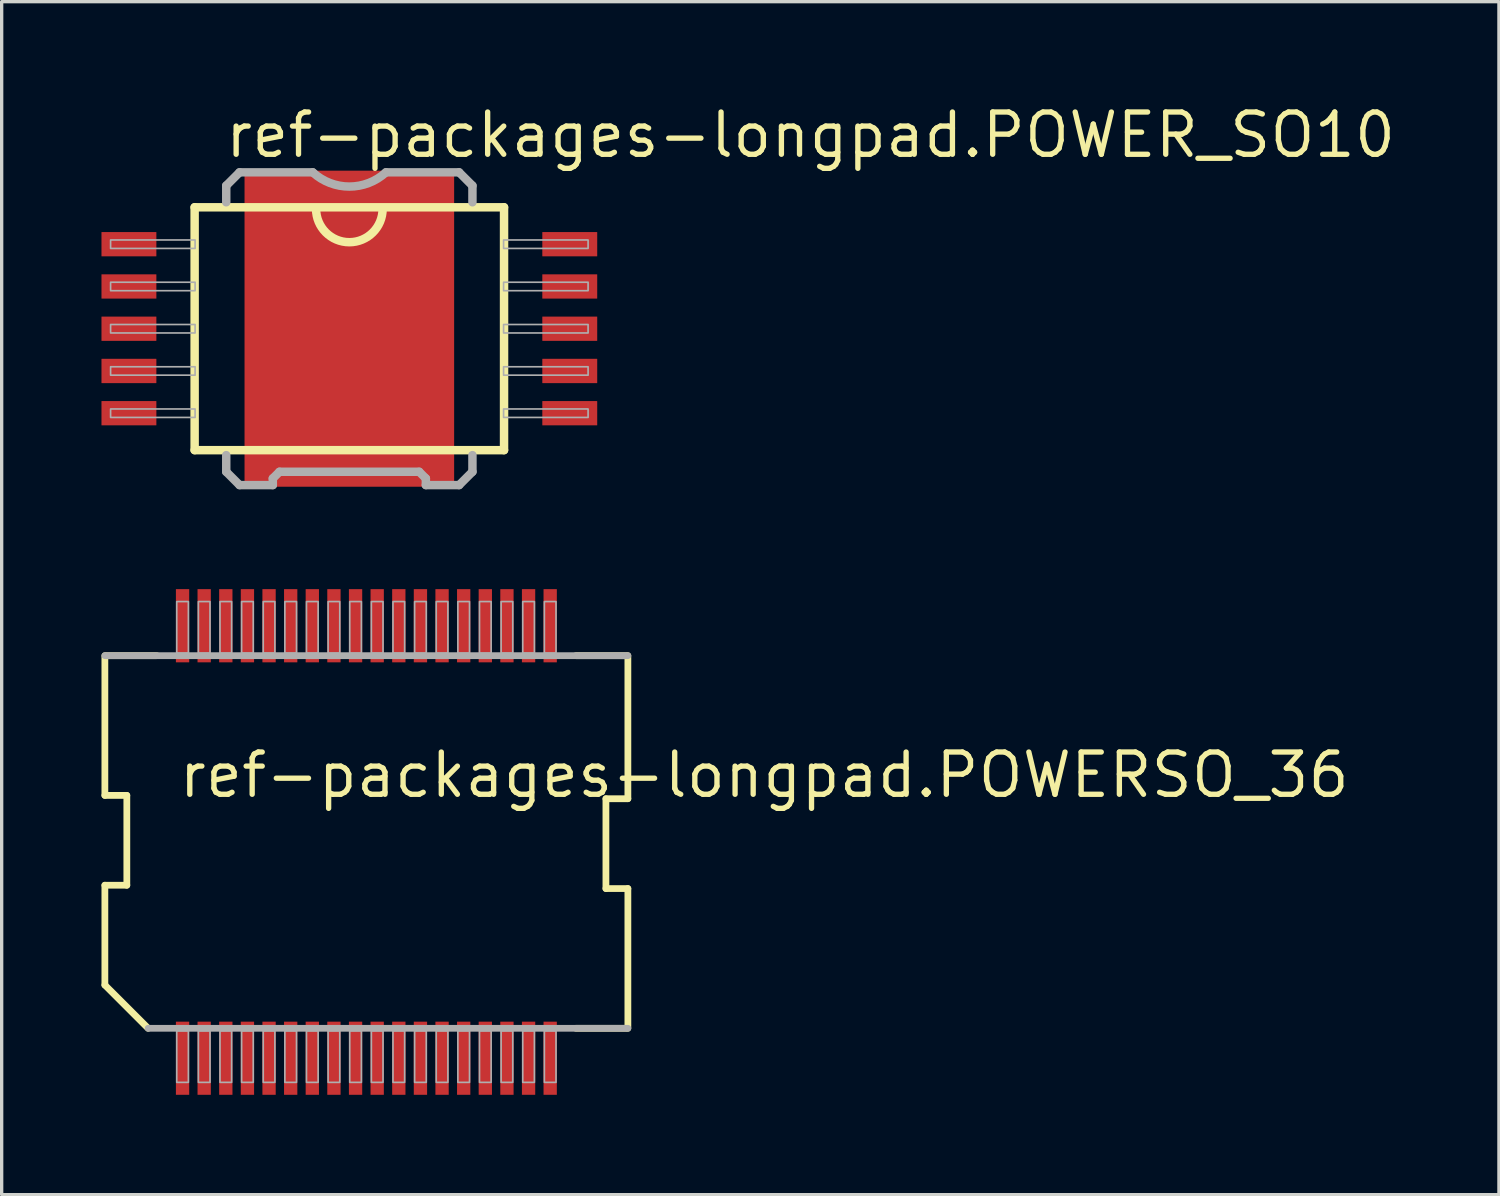
<source format=kicad_pcb>
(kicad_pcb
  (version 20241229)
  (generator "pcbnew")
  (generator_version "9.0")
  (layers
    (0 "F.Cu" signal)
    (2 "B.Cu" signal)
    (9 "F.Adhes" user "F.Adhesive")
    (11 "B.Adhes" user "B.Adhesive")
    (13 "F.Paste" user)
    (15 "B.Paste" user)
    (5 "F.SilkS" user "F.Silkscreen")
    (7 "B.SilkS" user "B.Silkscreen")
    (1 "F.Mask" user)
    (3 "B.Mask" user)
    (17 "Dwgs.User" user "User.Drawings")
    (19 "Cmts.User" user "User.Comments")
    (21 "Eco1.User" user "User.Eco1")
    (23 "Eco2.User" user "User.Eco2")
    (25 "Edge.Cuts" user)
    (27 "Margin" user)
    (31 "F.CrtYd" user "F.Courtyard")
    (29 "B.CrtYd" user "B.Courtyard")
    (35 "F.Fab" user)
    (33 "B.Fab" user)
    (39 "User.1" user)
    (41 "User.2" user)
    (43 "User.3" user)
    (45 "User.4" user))
  (footprint "ref-packages-longpad.POWERSO_36"
    (layer "F.Cu")
    (at 7.962 22.257)
    (property "Reference" "ref-packages-longpad.POWERSO_36" (at -5.715 -1.27 0) (layer "F.SilkS") (effects (font (size 1.27 1.27) (thickness 0.16)) (justify left bottom)))
    (attr smd)
    (fp_line (start -7.86 -1.4) (end -7.86 -5.6) (stroke (width 0.203) (type default)) (layer "F.SilkS"))
    (fp_line (start -7.86 1.3) (end -7.2 1.3) (stroke (width 0.203) (type default)) (layer "F.SilkS"))
    (fp_line (start -7.86 4.3) (end -7.86 1.3) (stroke (width 0.203) (type default)) (layer "F.SilkS"))
    (fp_line (start -7.8 -5.6) (end -6.3 -5.6) (stroke (width 0.203) (type default)) (layer "F.SilkS"))
    (fp_line (start -7.2 -1.4) (end -7.86 -1.4) (stroke (width 0.203) (type default)) (layer "F.SilkS"))
    (fp_line (start -7.2 1.3) (end -7.2 -1.4) (stroke (width 0.203) (type default)) (layer "F.SilkS"))
    (fp_line (start -6.56 5.6) (end -7.86 4.3) (stroke (width 0.203) (type default)) (layer "F.SilkS"))
    (fp_line (start 7.2 -1.3) (end 7.2 1.4) (stroke (width 0.203) (type default)) (layer "F.SilkS"))
    (fp_line (start 7.2 1.4) (end 7.86 1.4) (stroke (width 0.203) (type default)) (layer "F.SilkS"))
    (fp_line (start 7.8 -5.6) (end 6.3 -5.6) (stroke (width 0.203) (type default)) (layer "F.SilkS"))
    (fp_line (start 7.8 5.6) (end 6.3 5.6) (stroke (width 0.203) (type default)) (layer "F.SilkS"))
    (fp_line (start 7.86 -5.6) (end 7.86 -1.3) (stroke (width 0.203) (type default)) (layer "F.SilkS"))
    (fp_line (start 7.86 -1.3) (end 7.2 -1.3) (stroke (width 0.203) (type default)) (layer "F.SilkS"))
    (fp_line (start 7.86 1.4) (end 7.86 5.6) (stroke (width 0.203) (type default)) (layer "F.SilkS"))
    (fp_line (start -7.86 -5.6) (end 7.86 -5.6) (stroke (width 0.203) (type default)) (layer "F.Fab"))
    (fp_line (start 7.86 5.6) (end -6.56 5.6) (stroke (width 0.203) (type default)) (layer "F.Fab"))
    (fp_rect (start -5.7 -5.675) (end -5.35 -7.225) (stroke (width 0.05) (type default)) (fill no) (layer "F.Fab"))
    (fp_rect (start -5.7 7.225) (end -5.35 5.675) (stroke (width 0.05) (type default)) (fill no) (layer "F.Fab"))
    (fp_rect (start -5.05 -5.675) (end -4.7 -7.225) (stroke (width 0.05) (type default)) (fill no) (layer "F.Fab"))
    (fp_rect (start -5.05 7.225) (end -4.7 5.675) (stroke (width 0.05) (type default)) (fill no) (layer "F.Fab"))
    (fp_rect (start -4.4 -5.675) (end -4.05 -7.225) (stroke (width 0.05) (type default)) (fill no) (layer "F.Fab"))
    (fp_rect (start -4.4 7.225) (end -4.05 5.675) (stroke (width 0.05) (type default)) (fill no) (layer "F.Fab"))
    (fp_rect (start -3.75 -5.675) (end -3.4 -7.225) (stroke (width 0.05) (type default)) (fill no) (layer "F.Fab"))
    (fp_rect (start -3.75 7.225) (end -3.4 5.675) (stroke (width 0.05) (type default)) (fill no) (layer "F.Fab"))
    (fp_rect (start -3.1 -5.675) (end -2.75 -7.225) (stroke (width 0.05) (type default)) (fill no) (layer "F.Fab"))
    (fp_rect (start -3.1 7.225) (end -2.75 5.675) (stroke (width 0.05) (type default)) (fill no) (layer "F.Fab"))
    (fp_rect (start -2.45 -5.675) (end -2.1 -7.225) (stroke (width 0.05) (type default)) (fill no) (layer "F.Fab"))
    (fp_rect (start -2.45 7.225) (end -2.1 5.675) (stroke (width 0.05) (type default)) (fill no) (layer "F.Fab"))
    (fp_rect (start -1.8 -5.675) (end -1.45 -7.225) (stroke (width 0.05) (type default)) (fill no) (layer "F.Fab"))
    (fp_rect (start -1.8 7.225) (end -1.45 5.675) (stroke (width 0.05) (type default)) (fill no) (layer "F.Fab"))
    (fp_rect (start -1.15 -5.675) (end -0.8 -7.225) (stroke (width 0.05) (type default)) (fill no) (layer "F.Fab"))
    (fp_rect (start -1.15 7.225) (end -0.8 5.675) (stroke (width 0.05) (type default)) (fill no) (layer "F.Fab"))
    (fp_rect (start -0.5 -5.675) (end -0.15 -7.225) (stroke (width 0.05) (type default)) (fill no) (layer "F.Fab"))
    (fp_rect (start -0.5 7.225) (end -0.15 5.675) (stroke (width 0.05) (type default)) (fill no) (layer "F.Fab"))
    (fp_rect (start 0.15 -5.675) (end 0.5 -7.225) (stroke (width 0.05) (type default)) (fill no) (layer "F.Fab"))
    (fp_rect (start 0.15 7.225) (end 0.5 5.675) (stroke (width 0.05) (type default)) (fill no) (layer "F.Fab"))
    (fp_rect (start 0.8 -5.675) (end 1.15 -7.225) (stroke (width 0.05) (type default)) (fill no) (layer "F.Fab"))
    (fp_rect (start 0.8 7.225) (end 1.15 5.675) (stroke (width 0.05) (type default)) (fill no) (layer "F.Fab"))
    (fp_rect (start 1.45 -5.675) (end 1.8 -7.225) (stroke (width 0.05) (type default)) (fill no) (layer "F.Fab"))
    (fp_rect (start 1.45 7.225) (end 1.8 5.675) (stroke (width 0.05) (type default)) (fill no) (layer "F.Fab"))
    (fp_rect (start 2.1 -5.675) (end 2.45 -7.225) (stroke (width 0.05) (type default)) (fill no) (layer "F.Fab"))
    (fp_rect (start 2.1 7.225) (end 2.45 5.675) (stroke (width 0.05) (type default)) (fill no) (layer "F.Fab"))
    (fp_rect (start 2.75 -5.675) (end 3.1 -7.225) (stroke (width 0.05) (type default)) (fill no) (layer "F.Fab"))
    (fp_rect (start 2.75 7.225) (end 3.1 5.675) (stroke (width 0.05) (type default)) (fill no) (layer "F.Fab"))
    (fp_rect (start 3.4 -5.675) (end 3.75 -7.225) (stroke (width 0.05) (type default)) (fill no) (layer "F.Fab"))
    (fp_rect (start 3.4 7.225) (end 3.75 5.675) (stroke (width 0.05) (type default)) (fill no) (layer "F.Fab"))
    (fp_rect (start 4.05 -5.675) (end 4.4 -7.225) (stroke (width 0.05) (type default)) (fill no) (layer "F.Fab"))
    (fp_rect (start 4.05 7.225) (end 4.4 5.675) (stroke (width 0.05) (type default)) (fill no) (layer "F.Fab"))
    (fp_rect (start 4.7 -5.675) (end 5.05 -7.225) (stroke (width 0.05) (type default)) (fill no) (layer "F.Fab"))
    (fp_rect (start 4.7 7.225) (end 5.05 5.675) (stroke (width 0.05) (type default)) (fill no) (layer "F.Fab"))
    (fp_rect (start 5.35 -5.675) (end 5.7 -7.225) (stroke (width 0.05) (type default)) (fill no) (layer "F.Fab"))
    (fp_rect (start 5.35 7.225) (end 5.7 5.675) (stroke (width 0.05) (type default)) (fill no) (layer "F.Fab"))
    (pad "1" smd roundrect (at -5.525 6.5) (size 0.4 2.2) (layers "F.Cu" "F.Mask" "F.Paste") (roundrect_rratio 0.01))
    (pad "2" smd roundrect (at -4.875 6.5) (size 0.4 2.2) (layers "F.Cu" "F.Mask" "F.Paste") (roundrect_rratio 0.01))
    (pad "3" smd roundrect (at -4.225 6.5) (size 0.4 2.2) (layers "F.Cu" "F.Mask" "F.Paste") (roundrect_rratio 0.01))
    (pad "4" smd roundrect (at -3.575 6.5) (size 0.4 2.2) (layers "F.Cu" "F.Mask" "F.Paste") (roundrect_rratio 0.01))
    (pad "5" smd roundrect (at -2.925 6.5) (size 0.4 2.2) (layers "F.Cu" "F.Mask" "F.Paste") (roundrect_rratio 0.01))
    (pad "6" smd roundrect (at -2.275 6.5) (size 0.4 2.2) (layers "F.Cu" "F.Mask" "F.Paste") (roundrect_rratio 0.01))
    (pad "7" smd roundrect (at -1.625 6.5) (size 0.4 2.2) (layers "F.Cu" "F.Mask" "F.Paste") (roundrect_rratio 0.01))
    (pad "8" smd roundrect (at -0.975 6.5) (size 0.4 2.2) (layers "F.Cu" "F.Mask" "F.Paste") (roundrect_rratio 0.01))
    (pad "9" smd roundrect (at -0.325 6.5) (size 0.4 2.2) (layers "F.Cu" "F.Mask" "F.Paste") (roundrect_rratio 0.01))
    (pad "10" smd roundrect (at 0.325 6.5) (size 0.4 2.2) (layers "F.Cu" "F.Mask" "F.Paste") (roundrect_rratio 0.01))
    (pad "11" smd roundrect (at 0.975 6.5) (size 0.4 2.2) (layers "F.Cu" "F.Mask" "F.Paste") (roundrect_rratio 0.01))
    (pad "12" smd roundrect (at 1.625 6.5) (size 0.4 2.2) (layers "F.Cu" "F.Mask" "F.Paste") (roundrect_rratio 0.01))
    (pad "13" smd roundrect (at 2.275 6.5) (size 0.4 2.2) (layers "F.Cu" "F.Mask" "F.Paste") (roundrect_rratio 0.01))
    (pad "14" smd roundrect (at 2.925 6.5) (size 0.4 2.2) (layers "F.Cu" "F.Mask" "F.Paste") (roundrect_rratio 0.01))
    (pad "15" smd roundrect (at 3.575 6.5) (size 0.4 2.2) (layers "F.Cu" "F.Mask" "F.Paste") (roundrect_rratio 0.01))
    (pad "16" smd roundrect (at 4.225 6.5) (size 0.4 2.2) (layers "F.Cu" "F.Mask" "F.Paste") (roundrect_rratio 0.01))
    (pad "17" smd roundrect (at 4.875 6.5) (size 0.4 2.2) (layers "F.Cu" "F.Mask" "F.Paste") (roundrect_rratio 0.01))
    (pad "18" smd roundrect (at 5.525 6.5) (size 0.4 2.2) (layers "F.Cu" "F.Mask" "F.Paste") (roundrect_rratio 0.01))
    (pad "19" smd roundrect (at 5.525 -6.5) (size 0.4 2.2) (layers "F.Cu" "F.Mask" "F.Paste") (roundrect_rratio 0.01))
    (pad "20" smd roundrect (at 4.875 -6.5) (size 0.4 2.2) (layers "F.Cu" "F.Mask" "F.Paste") (roundrect_rratio 0.01))
    (pad "21" smd roundrect (at 4.225 -6.5) (size 0.4 2.2) (layers "F.Cu" "F.Mask" "F.Paste") (roundrect_rratio 0.01))
    (pad "22" smd roundrect (at 3.575 -6.5) (size 0.4 2.2) (layers "F.Cu" "F.Mask" "F.Paste") (roundrect_rratio 0.01))
    (pad "23" smd roundrect (at 2.925 -6.5) (size 0.4 2.2) (layers "F.Cu" "F.Mask" "F.Paste") (roundrect_rratio 0.01))
    (pad "24" smd roundrect (at 2.275 -6.5) (size 0.4 2.2) (layers "F.Cu" "F.Mask" "F.Paste") (roundrect_rratio 0.01))
    (pad "25" smd roundrect (at 1.625 -6.5) (size 0.4 2.2) (layers "F.Cu" "F.Mask" "F.Paste") (roundrect_rratio 0.01))
    (pad "26" smd roundrect (at 0.975 -6.5) (size 0.4 2.2) (layers "F.Cu" "F.Mask" "F.Paste") (roundrect_rratio 0.01))
    (pad "27" smd roundrect (at 0.325 -6.5) (size 0.4 2.2) (layers "F.Cu" "F.Mask" "F.Paste") (roundrect_rratio 0.01))
    (pad "28" smd roundrect (at -0.325 -6.5) (size 0.4 2.2) (layers "F.Cu" "F.Mask" "F.Paste") (roundrect_rratio 0.01))
    (pad "29" smd roundrect (at -0.975 -6.5) (size 0.4 2.2) (layers "F.Cu" "F.Mask" "F.Paste") (roundrect_rratio 0.01))
    (pad "30" smd roundrect (at -1.625 -6.5) (size 0.4 2.2) (layers "F.Cu" "F.Mask" "F.Paste") (roundrect_rratio 0.01))
    (pad "31" smd roundrect (at -2.275 -6.5) (size 0.4 2.2) (layers "F.Cu" "F.Mask" "F.Paste") (roundrect_rratio 0.01))
    (pad "32" smd roundrect (at -2.925 -6.5) (size 0.4 2.2) (layers "F.Cu" "F.Mask" "F.Paste") (roundrect_rratio 0.01))
    (pad "33" smd roundrect (at -3.575 -6.5) (size 0.4 2.2) (layers "F.Cu" "F.Mask" "F.Paste") (roundrect_rratio 0.01))
    (pad "34" smd roundrect (at -4.225 -6.5) (size 0.4 2.2) (layers "F.Cu" "F.Mask" "F.Paste") (roundrect_rratio 0.01))
    (pad "35" smd roundrect (at -4.875 -6.5) (size 0.4 2.2) (layers "F.Cu" "F.Mask" "F.Paste") (roundrect_rratio 0.01))
    (pad "36" smd roundrect (at -5.525 -6.5) (size 0.4 2.2) (layers "F.Cu" "F.Mask" "F.Paste") (roundrect_rratio 0.01)))
  (footprint "ref-packages-longpad.POWER_SO10"
    (layer "F.Cu")
    (at 7.45 6.83)
    (property "Reference" "ref-packages-longpad.POWER_SO10" (at -3.81 -5.08 0) (layer "F.SilkS") (effects (font (size 1.27 1.27) (thickness 0.16)) (justify left bottom)))
    (attr smd)
    (fp_line (start -4.65 -3.65) (end 4.65 -3.65) (stroke (width 0.254) (type default)) (layer "F.SilkS"))
    (fp_line (start -4.65 3.65) (end -4.65 -3.65) (stroke (width 0.254) (type default)) (layer "F.SilkS"))
    (fp_line (start 4.65 -3.65) (end 4.65 3.65) (stroke (width 0.254) (type default)) (layer "F.SilkS"))
    (fp_line (start 4.65 3.65) (end -4.65 3.65) (stroke (width 0.254) (type default)) (layer "F.SilkS"))
    (fp_arc (start 1 -3.6) (mid 0 -2.6) (end -1 -3.6) (stroke (width 0.254) (type default)) (layer "F.SilkS"))
    (fp_line (start -3.7 -4.3) (end -3.3 -4.7) (stroke (width 0.254) (type default)) (layer "F.Fab"))
    (fp_line (start -3.7 -3.8) (end -3.7 -4.3) (stroke (width 0.254) (type default)) (layer "F.Fab"))
    (fp_line (start -3.7 4.3) (end -3.7 3.8) (stroke (width 0.254) (type default)) (layer "F.Fab"))
    (fp_line (start -3.3 -4.7) (end -1.1 -4.7) (stroke (width 0.254) (type default)) (layer "F.Fab"))
    (fp_line (start -3.3 4.7) (end -3.7 4.3) (stroke (width 0.254) (type default)) (layer "F.Fab"))
    (fp_line (start -2.3 4.5) (end -2.1 4.3) (stroke (width 0.254) (type default)) (layer "F.Fab"))
    (fp_line (start -2.3 4.7) (end -3.3 4.7) (stroke (width 0.254) (type default)) (layer "F.Fab"))
    (fp_line (start -2.3 4.7) (end -2.3 4.5) (stroke (width 0.254) (type default)) (layer "F.Fab"))
    (fp_line (start -2.1 4.3) (end 2.1 4.3) (stroke (width 0.254) (type default)) (layer "F.Fab"))
    (fp_line (start 1.1 -4.7) (end 3.3 -4.7) (stroke (width 0.254) (type default)) (layer "F.Fab"))
    (fp_line (start 2.1 4.3) (end 2.3 4.5) (stroke (width 0.254) (type default)) (layer "F.Fab"))
    (fp_line (start 2.3 4.5) (end 2.3 4.7) (stroke (width 0.254) (type default)) (layer "F.Fab"))
    (fp_line (start 3.3 -4.7) (end 3.7 -4.3) (stroke (width 0.254) (type default)) (layer "F.Fab"))
    (fp_line (start 3.3 4.7) (end 2.3 4.7) (stroke (width 0.254) (type default)) (layer "F.Fab"))
    (fp_line (start 3.7 -4.3) (end 3.7 -3.8) (stroke (width 0.254) (type default)) (layer "F.Fab"))
    (fp_line (start 3.7 3.8) (end 3.7 4.3) (stroke (width 0.254) (type default)) (layer "F.Fab"))
    (fp_line (start 3.7 4.3) (end 3.3 4.7) (stroke (width 0.254) (type default)) (layer "F.Fab"))
    (fp_rect (start -7.176 -2.413) (end -4.636 -2.667) (stroke (width 0.05) (type default)) (fill no) (layer "F.Fab"))
    (fp_rect (start -7.176 -1.143) (end -4.636 -1.397) (stroke (width 0.05) (type default)) (fill no) (layer "F.Fab"))
    (fp_rect (start -7.176 0.127) (end -4.636 -0.127) (stroke (width 0.05) (type default)) (fill no) (layer "F.Fab"))
    (fp_rect (start -7.176 1.397) (end -4.636 1.143) (stroke (width 0.05) (type default)) (fill no) (layer "F.Fab"))
    (fp_rect (start -7.176 2.667) (end -4.636 2.413) (stroke (width 0.05) (type default)) (fill no) (layer "F.Fab"))
    (fp_rect (start 4.636 -2.413) (end 7.176 -2.667) (stroke (width 0.05) (type default)) (fill no) (layer "F.Fab"))
    (fp_rect (start 4.636 -1.143) (end 7.176 -1.397) (stroke (width 0.05) (type default)) (fill no) (layer "F.Fab"))
    (fp_rect (start 4.636 0.127) (end 7.176 -0.127) (stroke (width 0.05) (type default)) (fill no) (layer "F.Fab"))
    (fp_rect (start 4.636 1.397) (end 7.176 1.143) (stroke (width 0.05) (type default)) (fill no) (layer "F.Fab"))
    (fp_rect (start 4.636 2.667) (end 7.176 2.413) (stroke (width 0.05) (type default)) (fill no) (layer "F.Fab"))
    (fp_arc (start 1.1 -4.7) (mid 0 -4.272118) (end -1.1 -4.7) (stroke (width 0.254) (type default)) (layer "F.Fab"))
    (pad "1" smd roundrect (at -6.625 -2.54) (size 1.65 0.73) (layers "F.Cu" "F.Mask" "F.Paste") (roundrect_rratio 0.01))
    (pad "2" smd roundrect (at -6.625 -1.27) (size 1.65 0.73) (layers "F.Cu" "F.Mask" "F.Paste") (roundrect_rratio 0.01))
    (pad "3" smd roundrect (at -6.625 0) (size 1.65 0.73) (layers "F.Cu" "F.Mask" "F.Paste") (roundrect_rratio 0.01))
    (pad "4" smd roundrect (at -6.625 1.27) (size 1.65 0.73) (layers "F.Cu" "F.Mask" "F.Paste") (roundrect_rratio 0.01))
    (pad "5" smd roundrect (at -6.625 2.54) (size 1.65 0.73) (layers "F.Cu" "F.Mask" "F.Paste") (roundrect_rratio 0.01))
    (pad "6" smd roundrect (at 6.625 2.54) (size 1.65 0.73) (layers "F.Cu" "F.Mask" "F.Paste") (roundrect_rratio 0.01))
    (pad "7" smd roundrect (at 6.625 1.27) (size 1.65 0.73) (layers "F.Cu" "F.Mask" "F.Paste") (roundrect_rratio 0.01))
    (pad "8" smd roundrect (at 6.625 0) (size 1.65 0.73) (layers "F.Cu" "F.Mask" "F.Paste") (roundrect_rratio 0.01))
    (pad "9" smd roundrect (at 6.625 -1.27) (size 1.65 0.73) (layers "F.Cu" "F.Mask" "F.Paste") (roundrect_rratio 0.01))
    (pad "10" smd roundrect (at 6.625 -2.54) (size 1.65 0.73) (layers "F.Cu" "F.Mask" "F.Paste") (roundrect_rratio 0.01))
    (pad "P" smd roundrect (at 0 0) (size 6.3 9.5) (layers "F.Cu" "F.Mask" "F.Paste") (roundrect_rratio 0.01)))
  (gr_rect
    (start -3 -3)
    (end 42.003 32.857)
    (stroke (width 0.1) (type default))
    (fill no)
    (layer "Edge.Cuts")))
</source>
